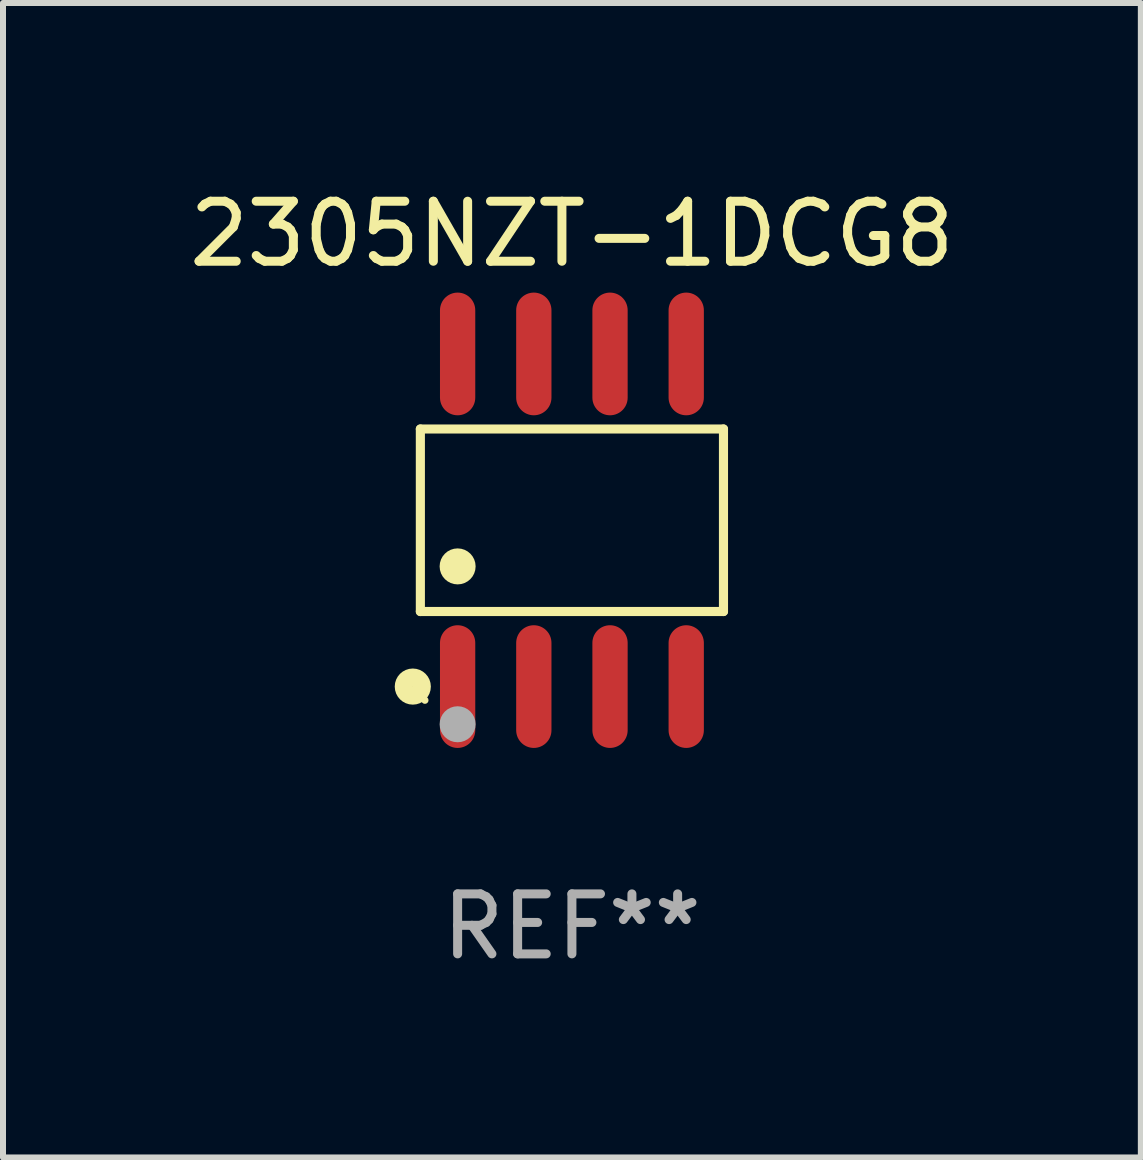
<source format=kicad_pcb>
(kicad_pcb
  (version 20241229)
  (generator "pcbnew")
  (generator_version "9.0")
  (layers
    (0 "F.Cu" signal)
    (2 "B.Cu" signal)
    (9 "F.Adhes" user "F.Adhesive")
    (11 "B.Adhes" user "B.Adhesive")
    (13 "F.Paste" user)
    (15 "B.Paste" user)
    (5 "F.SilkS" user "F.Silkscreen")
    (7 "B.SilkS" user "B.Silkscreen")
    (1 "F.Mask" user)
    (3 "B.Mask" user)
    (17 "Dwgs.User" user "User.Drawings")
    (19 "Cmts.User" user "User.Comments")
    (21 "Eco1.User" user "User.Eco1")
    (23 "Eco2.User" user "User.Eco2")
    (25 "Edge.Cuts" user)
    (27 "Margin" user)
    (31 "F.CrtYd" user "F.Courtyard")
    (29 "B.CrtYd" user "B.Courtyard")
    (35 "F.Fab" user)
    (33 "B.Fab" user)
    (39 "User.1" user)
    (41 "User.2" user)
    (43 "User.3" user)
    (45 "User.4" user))
  (footprint "2305NZT-1DCG8"
    (layer "F.Cu")
    (at 6.482 5.621)
    (property "Reference" "2305NZT-1DCG8" (at 0 -4.772 0) (layer "F.SilkS") (effects (font (size 1 1) (thickness 0.15))))
    (attr through_hole)
    (fp_line (start -2.526 -1.521) (end 2.526 -1.521) (stroke (width 0.152) (type solid)) (layer "F.SilkS"))
    (fp_line (start -2.526 1.521) (end -2.526 -1.521) (stroke (width 0.152) (type solid)) (layer "F.SilkS"))
    (fp_line (start 2.526 -1.521) (end 2.526 1.521) (stroke (width 0.152) (type solid)) (layer "F.SilkS"))
    (fp_line (start 2.526 1.521) (end -2.526 1.521) (stroke (width 0.152) (type solid)) (layer "F.SilkS"))
    (fp_circle (center -2.652 2.772) (end -2.501 2.772) (stroke (width 0.3) (type solid)) (fill no) (layer "F.SilkS"))
    (fp_circle (center -2.45 3) (end -2.42 3) (stroke (width 0.06) (type solid)) (fill no) (layer "F.SilkS"))
    (fp_circle (center -1.905 0.769) (end -1.755 0.769) (stroke (width 0.3) (type solid)) (fill no) (layer "F.SilkS"))
    (fp_circle (center -1.905 3.4) (end -1.755 3.4) (stroke (width 0.3) (type solid)) (fill no) (layer "F.Fab"))
    (fp_text user "REF**" (at 0 6.772 0) (layer "F.Fab") (effects (font (size 1 1) (thickness 0.15))))
    (pad "1" smd oval (at -1.905 2.772) (size 0.588 2.045) (layers "F.Cu" "F.Mask" "F.Paste"))
    (pad "2" smd oval (at -0.635 2.772) (size 0.588 2.045) (layers "F.Cu" "F.Mask" "F.Paste"))
    (pad "3" smd oval (at 0.635 2.772) (size 0.588 2.045) (layers "F.Cu" "F.Mask" "F.Paste"))
    (pad "4" smd oval (at 1.905 2.772) (size 0.588 2.045) (layers "F.Cu" "F.Mask" "F.Paste"))
    (pad "5" smd oval (at 1.905 -2.772) (size 0.588 2.045) (layers "F.Cu" "F.Mask" "F.Paste"))
    (pad "6" smd oval (at 0.635 -2.772) (size 0.588 2.045) (layers "F.Cu" "F.Mask" "F.Paste"))
    (pad "7" smd oval (at -0.635 -2.772) (size 0.588 2.045) (layers "F.Cu" "F.Mask" "F.Paste"))
    (pad "8" smd oval (at -1.905 -2.772) (size 0.588 2.045) (layers "F.Cu" "F.Mask" "F.Paste")))
  (gr_rect
    (start -3 -3)
    (end 15.964 16.241)
    (stroke (width 0.1) (type default))
    (fill no)
    (layer "Edge.Cuts")))
</source>
